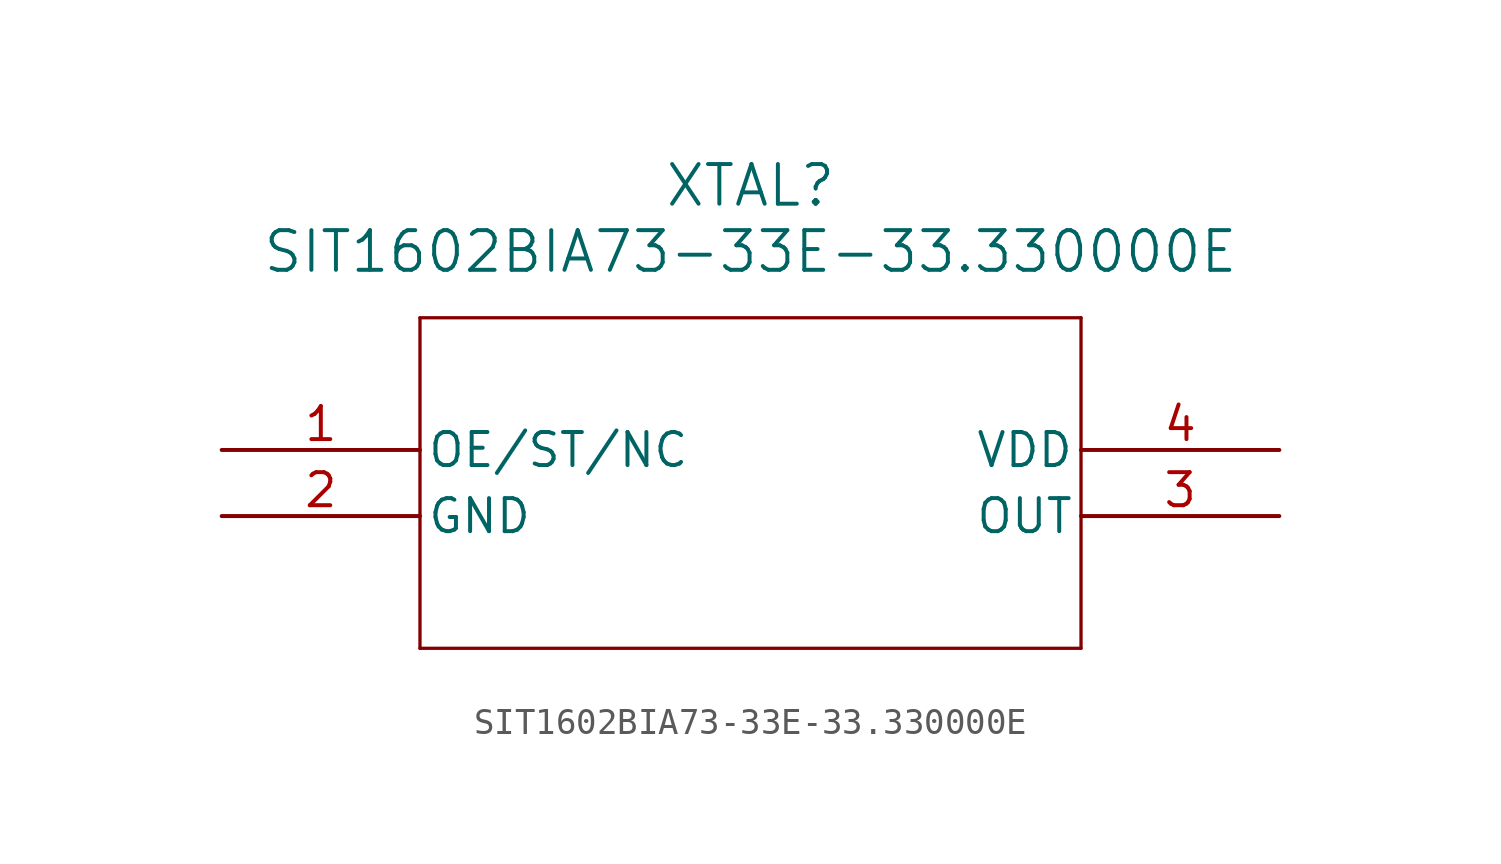
<source format=kicad_sym>
(kicad_symbol_lib
  (version 20211014)
  (generator kicad_symbol_editor)
  (symbol "SIT1602BIA73-33E-33.330000E"
    (pin_names
      (offset 0.254))
    (property "Reference" "XTAL"
      (at 20.32 10.16 0)
      (effects (font (size 1.524 1.524))))
    (property "Value" "SIT1602BIA73-33E-33.330000E"
      (at 20.32 7.62 0)
      (effects (font (size 1.524 1.524))))
    (symbol "SIT1602BIA73-33E-33.330000E_0_1"
      (polyline (pts (xy 7.62 5.08) (xy 7.62 -7.62)) (stroke (width 0.127) (type default) (color 0 0 0 0)) (fill (type none)))
      (polyline (pts (xy 7.62 -7.62) (xy 33.02 -7.62)) (stroke (width 0.127) (type default) (color 0 0 0 0)) (fill (type none)))
      (polyline (pts (xy 33.02 -7.62) (xy 33.02 5.08)) (stroke (width 0.127) (type default) (color 0 0 0 0)) (fill (type none)))
      (polyline (pts (xy 33.02 5.08) (xy 7.62 5.08)) (stroke (width 0.127) (type default) (color 0 0 0 0)) (fill (type none)))
      (pin unspecified line (at 0 0 0) (length 7.62) (name "OE/ST/NC" (effects (font (size 1.27 1.27)))) (number "1" (effects (font (size 1.27 1.27)))))
      (pin power_out line (at 0 -2.54 0) (length 7.62) (name "GND" (effects (font (size 1.27 1.27)))) (number "2" (effects (font (size 1.27 1.27)))))
      (pin output line (at 40.64 -2.54 180) (length 7.62) (name "OUT" (effects (font (size 1.27 1.27)))) (number "3" (effects (font (size 1.27 1.27)))))
      (pin power_in line (at 40.64 0 180) (length 7.62) (name "VDD" (effects (font (size 1.27 1.27)))) (number "4" (effects (font (size 1.27 1.27))))))))
</source>
